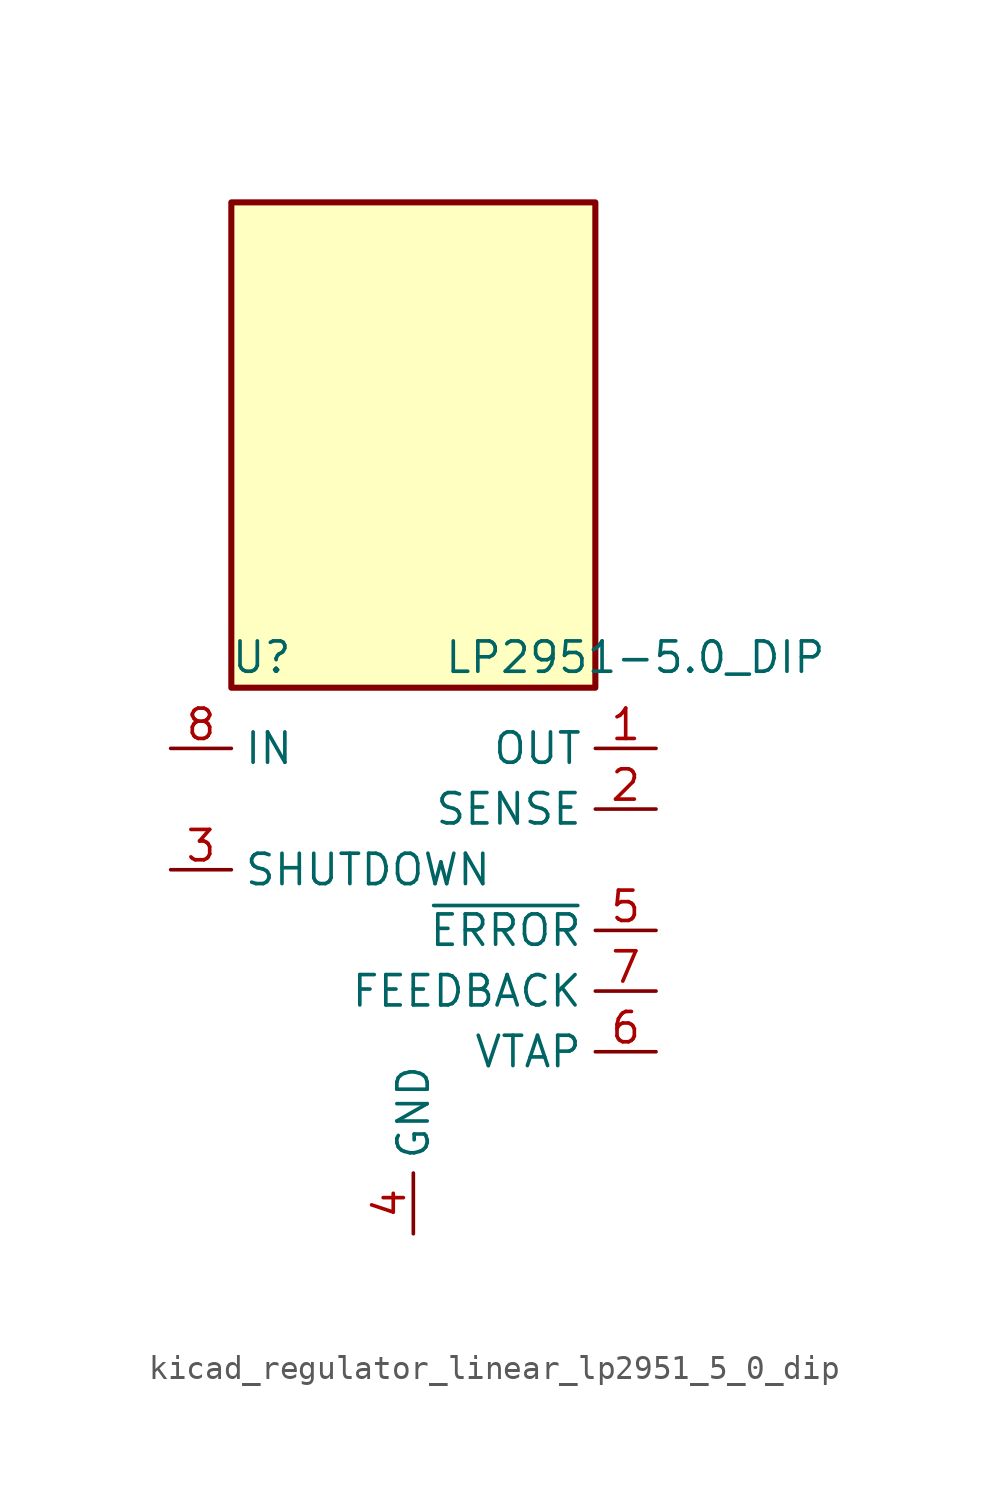
<source format=kicad_sym>
(kicad_symbol_lib
  (version 20220914)
  (generator kicad_symbol_editor)
  (symbol "kicad_regulator_linear_lp2951_5_0_dip"
    (property "Reference" "U"
      (at -6.35 11.43 0)
      (effects (font (size 1.27 1.27))))
    (property "Value" "LP2951-5.0_DIP"
      (at 1.27 11.43 0)
      (effects (font (size 1.27 1.27)) (justify left)))
    (symbol "kicad_regulator_linear_lp2951_5_0_dip_0_1"
      (rectangle (start 7.62 30.48) (end -7.62 10.16) (stroke (width 0.254) (type default)) (fill (type background))))
    (symbol "kicad_regulator_linear_lp2951_5_0_dip_1_1"
      (pin power_out line (at 10.16 7.62 180) (length 2.54) (name "OUT" (effects (font (size 1.27 1.27)))) (number "1" (effects (font (size 1.27 1.27)))))
      (pin passive line (at 10.16 5.08 180) (length 2.54) (name "SENSE" (effects (font (size 1.27 1.27)))) (number "2" (effects (font (size 1.27 1.27)))))
      (pin input line (at -10.16 2.54 0) (length 2.54) (name "SHUTDOWN" (effects (font (size 1.27 1.27)))) (number "3" (effects (font (size 1.27 1.27)))))
      (pin power_in line (at 0 -12.7 90) (length 2.54) (name "GND" (effects (font (size 1.27 1.27)))) (number "4" (effects (font (size 1.27 1.27)))))
      (pin open_collector line (at 10.16 0 180) (length 2.54) (name "~{ERROR}" (effects (font (size 1.27 1.27)))) (number "5" (effects (font (size 1.27 1.27)))))
      (pin input line (at 10.16 -5.08 180) (length 2.54) (name "VTAP" (effects (font (size 1.27 1.27)))) (number "6" (effects (font (size 1.27 1.27)))))
      (pin input line (at 10.16 -2.54 180) (length 2.54) (name "FEEDBACK" (effects (font (size 1.27 1.27)))) (number "7" (effects (font (size 1.27 1.27)))))
      (pin power_in line (at -10.16 7.62 0) (length 2.54) (name "IN" (effects (font (size 1.27 1.27)))) (number "8" (effects (font (size 1.27 1.27))))))))
</source>
